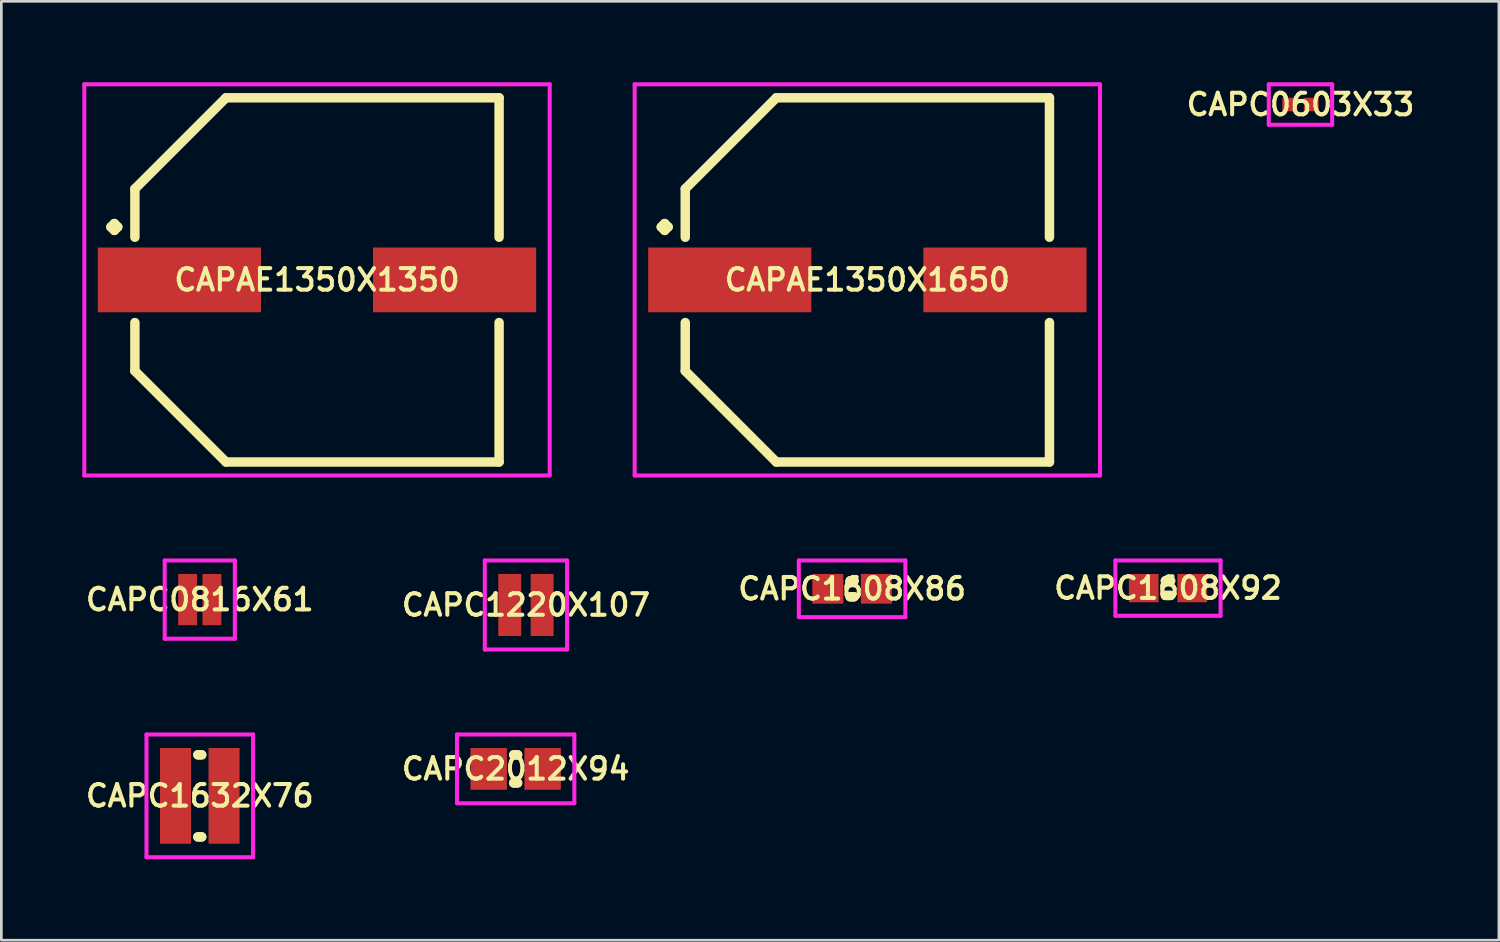
<source format=kicad_pcb>
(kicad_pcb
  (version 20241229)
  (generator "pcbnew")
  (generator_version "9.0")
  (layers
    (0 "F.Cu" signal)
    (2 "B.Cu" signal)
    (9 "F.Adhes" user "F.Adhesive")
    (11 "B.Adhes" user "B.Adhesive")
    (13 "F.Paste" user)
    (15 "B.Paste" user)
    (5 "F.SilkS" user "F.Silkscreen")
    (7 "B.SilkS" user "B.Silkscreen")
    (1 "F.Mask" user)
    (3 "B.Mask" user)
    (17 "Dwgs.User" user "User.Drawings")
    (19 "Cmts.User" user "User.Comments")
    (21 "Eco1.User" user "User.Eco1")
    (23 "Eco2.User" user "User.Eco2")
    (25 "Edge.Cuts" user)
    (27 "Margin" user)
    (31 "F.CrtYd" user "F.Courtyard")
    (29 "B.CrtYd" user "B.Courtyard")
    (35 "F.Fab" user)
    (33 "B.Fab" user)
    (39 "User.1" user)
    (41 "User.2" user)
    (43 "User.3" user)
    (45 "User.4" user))
  (footprint "CAPC1220X107"
    (layer "F.Cu")
    (at 16.445 19.375)
    (property "Reference" "CAPC1220X107" (at 0 0 0) (layer "F.SilkS") (effects (font (size 0.8 0.8) (thickness 0.15))))
    (attr smd)
    (fp_line (start -1.525 -1.65) (end 1.525 -1.65) (stroke (width 0.15) (type solid)) (layer "F.CrtYd"))
    (fp_line (start -1.525 1.65) (end -1.525 -1.65) (stroke (width 0.15) (type solid)) (layer "F.CrtYd"))
    (fp_line (start 1.525 -1.65) (end 1.525 1.65) (stroke (width 0.15) (type solid)) (layer "F.CrtYd"))
    (fp_line (start 1.525 1.65) (end -1.525 1.65) (stroke (width 0.15) (type solid)) (layer "F.CrtYd"))
    (pad "1" smd rect (at -0.6 0) (size 0.85 2.3) (layers "F.Cu" "F.Mask" "F.Paste"))
    (pad "2" smd rect (at 0.6 0) (size 0.85 2.3) (layers "F.Cu" "F.Mask" "F.Paste")))
  (footprint "CAPC0603X33"
    (layer "F.Cu")
    (at 45.155 0.825)
    (property "Reference" "CAPC0603X33" (at 0 0 0) (layer "F.SilkS") (effects (font (size 0.8 0.8) (thickness 0.15))))
    (attr through_hole)
    (fp_line (start -1.175 -0.75) (end 1.175 -0.75) (stroke (width 0.15) (type solid)) (layer "F.CrtYd"))
    (fp_line (start -1.175 0.75) (end -1.175 -0.75) (stroke (width 0.15) (type solid)) (layer "F.CrtYd"))
    (fp_line (start 1.175 -0.75) (end 1.175 0.75) (stroke (width 0.15) (type solid)) (layer "F.CrtYd"))
    (fp_line (start 1.175 0.75) (end -1.175 0.75) (stroke (width 0.15) (type solid)) (layer "F.CrtYd"))
    (pad "1" smd rect (at -0.4 0) (size 0.55 0.5) (layers "F.Cu" "F.Mask" "F.Paste"))
    (pad "2" smd rect (at 0.4 0) (size 0.55 0.5) (layers "F.Cu" "F.Mask" "F.Paste")))
  (footprint "CAPC1608X92"
    (layer "F.Cu")
    (at 40.244 18.75)
    (property "Reference" "CAPC1608X92" (at 0 0 0) (layer "F.SilkS") (effects (font (size 0.8 0.8) (thickness 0.15))))
    (attr smd)
    (fp_line (start -0.096 -0.271) (end 0.096 -0.271) (stroke (width 0.35) (type solid)) (layer "F.SilkS"))
    (fp_line (start -0.096 0.271) (end 0.096 0.271) (stroke (width 0.35) (type solid)) (layer "F.SilkS"))
    (fp_line (start 0.096 -0.271) (end -0.096 -0.271) (stroke (width 0.35) (type solid)) (layer "F.SilkS"))
    (fp_line (start 0.096 0.271) (end -0.096 0.271) (stroke (width 0.35) (type solid)) (layer "F.SilkS"))
    (fp_line (start -1.95 -1.025) (end 1.95 -1.025) (stroke (width 0.15) (type solid)) (layer "F.CrtYd"))
    (fp_line (start -1.95 1.025) (end -1.95 -1.025) (stroke (width 0.15) (type solid)) (layer "F.CrtYd"))
    (fp_line (start 1.95 -1.025) (end 1.95 1.025) (stroke (width 0.15) (type solid)) (layer "F.CrtYd"))
    (fp_line (start 1.95 1.025) (end -1.95 1.025) (stroke (width 0.15) (type solid)) (layer "F.CrtYd"))
    (pad "1" smd rect (at -0.9 0) (size 1.1 1.05) (layers "F.Cu" "F.Mask" "F.Paste"))
    (pad "2" smd rect (at 0.9 0) (size 1.1 1.05) (layers "F.Cu" "F.Mask" "F.Paste")))
  (footprint "CAPC0816X61"
    (layer "F.Cu")
    (at 4.355 19.175)
    (property "Reference" "CAPC0816X61" (at 0 0 0) (layer "F.SilkS") (effects (font (size 0.8 0.8) (thickness 0.15))))
    (attr smd)
    (fp_line (start -1.3 -1.45) (end 1.3 -1.45) (stroke (width 0.15) (type solid)) (layer "F.CrtYd"))
    (fp_line (start -1.3 1.45) (end -1.3 -1.45) (stroke (width 0.15) (type solid)) (layer "F.CrtYd"))
    (fp_line (start 1.3 -1.45) (end 1.3 1.45) (stroke (width 0.15) (type solid)) (layer "F.CrtYd"))
    (fp_line (start 1.3 1.45) (end -1.3 1.45) (stroke (width 0.15) (type solid)) (layer "F.CrtYd"))
    (pad "1" smd rect (at -0.45 0) (size 0.7 1.9) (layers "F.Cu" "F.Mask" "F.Paste"))
    (pad "2" smd rect (at 0.45 0) (size 0.7 1.9) (layers "F.Cu" "F.Mask" "F.Paste")))
  (footprint "CAPC1632X76"
    (layer "F.Cu")
    (at 4.355 26.45)
    (property "Reference" "CAPC1632X76" (at 0 0 0) (layer "F.SilkS") (effects (font (size 0.8 0.8) (thickness 0.15))))
    (attr through_hole)
    (fp_line (start -0.071 -1.521) (end 0.071 -1.521) (stroke (width 0.35) (type solid)) (layer "F.SilkS"))
    (fp_line (start -0.071 1.521) (end 0.071 1.521) (stroke (width 0.35) (type solid)) (layer "F.SilkS"))
    (fp_line (start 0.071 -1.521) (end -0.071 -1.521) (stroke (width 0.35) (type solid)) (layer "F.SilkS"))
    (fp_line (start 0.071 1.521) (end -0.071 1.521) (stroke (width 0.35) (type solid)) (layer "F.SilkS"))
    (fp_line (start -1.975 -2.275) (end 1.975 -2.275) (stroke (width 0.15) (type solid)) (layer "F.CrtYd"))
    (fp_line (start -1.975 2.275) (end -1.975 -2.275) (stroke (width 0.15) (type solid)) (layer "F.CrtYd"))
    (fp_line (start 1.975 -2.275) (end 1.975 2.275) (stroke (width 0.15) (type solid)) (layer "F.CrtYd"))
    (fp_line (start 1.975 2.275) (end -1.975 2.275) (stroke (width 0.15) (type solid)) (layer "F.CrtYd"))
    (pad "1" smd rect (at -0.9 0) (size 1.15 3.55) (layers "F.Cu" "F.Mask" "F.Paste"))
    (pad "2" smd rect (at 0.9 0) (size 1.15 3.55) (layers "F.Cu" "F.Mask" "F.Paste")))
  (footprint "CAPC2012X94"
    (layer "F.Cu")
    (at 16.064 25.45)
    (property "Reference" "CAPC2012X94" (at 0 0 0) (layer "F.SilkS") (effects (font (size 0.8 0.8) (thickness 0.15))))
    (attr through_hole)
    (fp_line (start -0.071 -0.521) (end 0.071 -0.521) (stroke (width 0.35) (type solid)) (layer "F.SilkS"))
    (fp_line (start -0.071 0.521) (end 0.071 0.521) (stroke (width 0.35) (type solid)) (layer "F.SilkS"))
    (fp_line (start 0.071 -0.521) (end -0.071 -0.521) (stroke (width 0.35) (type solid)) (layer "F.SilkS"))
    (fp_line (start 0.071 0.521) (end -0.071 0.521) (stroke (width 0.35) (type solid)) (layer "F.SilkS"))
    (fp_line (start -2.175 -1.275) (end 2.175 -1.275) (stroke (width 0.15) (type solid)) (layer "F.CrtYd"))
    (fp_line (start -2.175 1.275) (end -2.175 -1.275) (stroke (width 0.15) (type solid)) (layer "F.CrtYd"))
    (fp_line (start 2.175 -1.275) (end 2.175 1.275) (stroke (width 0.15) (type solid)) (layer "F.CrtYd"))
    (fp_line (start 2.175 1.275) (end -2.175 1.275) (stroke (width 0.15) (type solid)) (layer "F.CrtYd"))
    (pad "1" smd rect (at -1 0) (size 1.35 1.55) (layers "F.Cu" "F.Mask" "F.Paste"))
    (pad "2" smd rect (at 1 0) (size 1.35 1.55) (layers "F.Cu" "F.Mask" "F.Paste")))
  (footprint "CAPC1608X86"
    (layer "F.Cu")
    (at 28.535 18.775)
    (property "Reference" "CAPC1608X86" (at 0 0 0) (layer "F.SilkS") (effects (font (size 0.8 0.8) (thickness 0.15))))
    (attr through_hole)
    (fp_line (start -0.071 -0.296) (end 0.071 -0.296) (stroke (width 0.35) (type solid)) (layer "F.SilkS"))
    (fp_line (start -0.071 0.296) (end 0.071 0.296) (stroke (width 0.35) (type solid)) (layer "F.SilkS"))
    (fp_line (start 0.071 -0.296) (end -0.071 -0.296) (stroke (width 0.35) (type solid)) (layer "F.SilkS"))
    (fp_line (start 0.071 0.296) (end -0.071 0.296) (stroke (width 0.35) (type solid)) (layer "F.SilkS"))
    (fp_line (start -1.975 -1.05) (end 1.975 -1.05) (stroke (width 0.15) (type solid)) (layer "F.CrtYd"))
    (fp_line (start -1.975 1.05) (end -1.975 -1.05) (stroke (width 0.15) (type solid)) (layer "F.CrtYd"))
    (fp_line (start 1.975 -1.05) (end 1.975 1.05) (stroke (width 0.15) (type solid)) (layer "F.CrtYd"))
    (fp_line (start 1.975 1.05) (end -1.975 1.05) (stroke (width 0.15) (type solid)) (layer "F.CrtYd"))
    (pad "1" smd rect (at -0.9 0) (size 1.15 1.1) (layers "F.Cu" "F.Mask" "F.Paste"))
    (pad "2" smd rect (at 0.9 0) (size 1.15 1.1) (layers "F.Cu" "F.Mask" "F.Paste")))
  (footprint "CAPAE1350X1650"
    (layer "F.Cu")
    (at 29.1 7.325)
    (property "Reference" "CAPAE1350X1650" (at 0 0 0) (layer "F.SilkS") (effects (font (size 0.8 0.8) (thickness 0.15))))
    (attr smd)
    (fp_line (start -7.639 -1.962) (end -7.512 -2.089) (stroke (width 0.35) (type solid)) (layer "F.SilkS"))
    (fp_line (start -7.512 -2.089) (end -7.385 -1.962) (stroke (width 0.35) (type solid)) (layer "F.SilkS"))
    (fp_line (start -7.512 -1.835) (end -7.639 -1.962) (stroke (width 0.35) (type solid)) (layer "F.SilkS"))
    (fp_line (start -7.385 -1.962) (end -7.512 -1.835) (stroke (width 0.35) (type solid)) (layer "F.SilkS"))
    (fp_line (start -6.75 -3.375) (end -6.75 -1.581) (stroke (width 0.35) (type solid)) (layer "F.SilkS"))
    (fp_line (start -6.75 3.375) (end -6.75 1.581) (stroke (width 0.35) (type solid)) (layer "F.SilkS"))
    (fp_line (start -3.375 -6.75) (end -6.75 -3.375) (stroke (width 0.35) (type solid)) (layer "F.SilkS"))
    (fp_line (start -3.375 6.75) (end -6.75 3.375) (stroke (width 0.35) (type solid)) (layer "F.SilkS"))
    (fp_line (start 6.75 -6.75) (end -3.375 -6.75) (stroke (width 0.35) (type solid)) (layer "F.SilkS"))
    (fp_line (start 6.75 -1.581) (end 6.75 -6.75) (stroke (width 0.35) (type solid)) (layer "F.SilkS"))
    (fp_line (start 6.75 1.581) (end 6.75 6.75) (stroke (width 0.35) (type solid)) (layer "F.SilkS"))
    (fp_line (start 6.75 6.75) (end -3.375 6.75) (stroke (width 0.35) (type solid)) (layer "F.SilkS"))
    (fp_line (start -8.625 -7.25) (end 8.625 -7.25) (stroke (width 0.15) (type solid)) (layer "F.CrtYd"))
    (fp_line (start -8.625 7.25) (end -8.625 -7.25) (stroke (width 0.15) (type solid)) (layer "F.CrtYd"))
    (fp_line (start 8.625 -7.25) (end 8.625 7.25) (stroke (width 0.15) (type solid)) (layer "F.CrtYd"))
    (fp_line (start 8.625 7.25) (end -8.625 7.25) (stroke (width 0.15) (type solid)) (layer "F.CrtYd"))
    (pad "1" smd rect (at -5.1 0) (size 6.05 2.4) (layers "F.Cu" "F.Mask" "F.Paste"))
    (pad "2" smd rect (at 5.1 0) (size 6.05 2.4) (layers "F.Cu" "F.Mask" "F.Paste")))
  (footprint "CAPAE1350X1350"
    (layer "F.Cu")
    (at 8.7 7.325)
    (property "Reference" "CAPAE1350X1350" (at 0 0 0) (layer "F.SilkS") (effects (font (size 0.8 0.8) (thickness 0.15))))
    (attr smd)
    (fp_line (start -7.639 -1.962) (end -7.512 -2.089) (stroke (width 0.35) (type solid)) (layer "F.SilkS"))
    (fp_line (start -7.512 -2.089) (end -7.385 -1.962) (stroke (width 0.35) (type solid)) (layer "F.SilkS"))
    (fp_line (start -7.512 -1.835) (end -7.639 -1.962) (stroke (width 0.35) (type solid)) (layer "F.SilkS"))
    (fp_line (start -7.385 -1.962) (end -7.512 -1.835) (stroke (width 0.35) (type solid)) (layer "F.SilkS"))
    (fp_line (start -6.75 -3.375) (end -6.75 -1.581) (stroke (width 0.35) (type solid)) (layer "F.SilkS"))
    (fp_line (start -6.75 3.375) (end -6.75 1.581) (stroke (width 0.35) (type solid)) (layer "F.SilkS"))
    (fp_line (start -3.375 -6.75) (end -6.75 -3.375) (stroke (width 0.35) (type solid)) (layer "F.SilkS"))
    (fp_line (start -3.375 6.75) (end -6.75 3.375) (stroke (width 0.35) (type solid)) (layer "F.SilkS"))
    (fp_line (start 6.75 -6.75) (end -3.375 -6.75) (stroke (width 0.35) (type solid)) (layer "F.SilkS"))
    (fp_line (start 6.75 -1.581) (end 6.75 -6.75) (stroke (width 0.35) (type solid)) (layer "F.SilkS"))
    (fp_line (start 6.75 1.581) (end 6.75 6.75) (stroke (width 0.35) (type solid)) (layer "F.SilkS"))
    (fp_line (start 6.75 6.75) (end -3.375 6.75) (stroke (width 0.35) (type solid)) (layer "F.SilkS"))
    (fp_line (start -8.625 -7.25) (end 8.625 -7.25) (stroke (width 0.15) (type solid)) (layer "F.CrtYd"))
    (fp_line (start -8.625 7.25) (end -8.625 -7.25) (stroke (width 0.15) (type solid)) (layer "F.CrtYd"))
    (fp_line (start 8.625 -7.25) (end 8.625 7.25) (stroke (width 0.15) (type solid)) (layer "F.CrtYd"))
    (fp_line (start 8.625 7.25) (end -8.625 7.25) (stroke (width 0.15) (type solid)) (layer "F.CrtYd"))
    (pad "1" smd rect (at -5.1 0) (size 6.05 2.4) (layers "F.Cu" "F.Mask" "F.Paste"))
    (pad "2" smd rect (at 5.1 0) (size 6.05 2.4) (layers "F.Cu" "F.Mask" "F.Paste")))
  (gr_rect
    (start -3 -3)
    (end 52.509 31.8)
    (stroke (width 0.1) (type default))
    (fill no)
    (layer "Edge.Cuts")))
</source>
